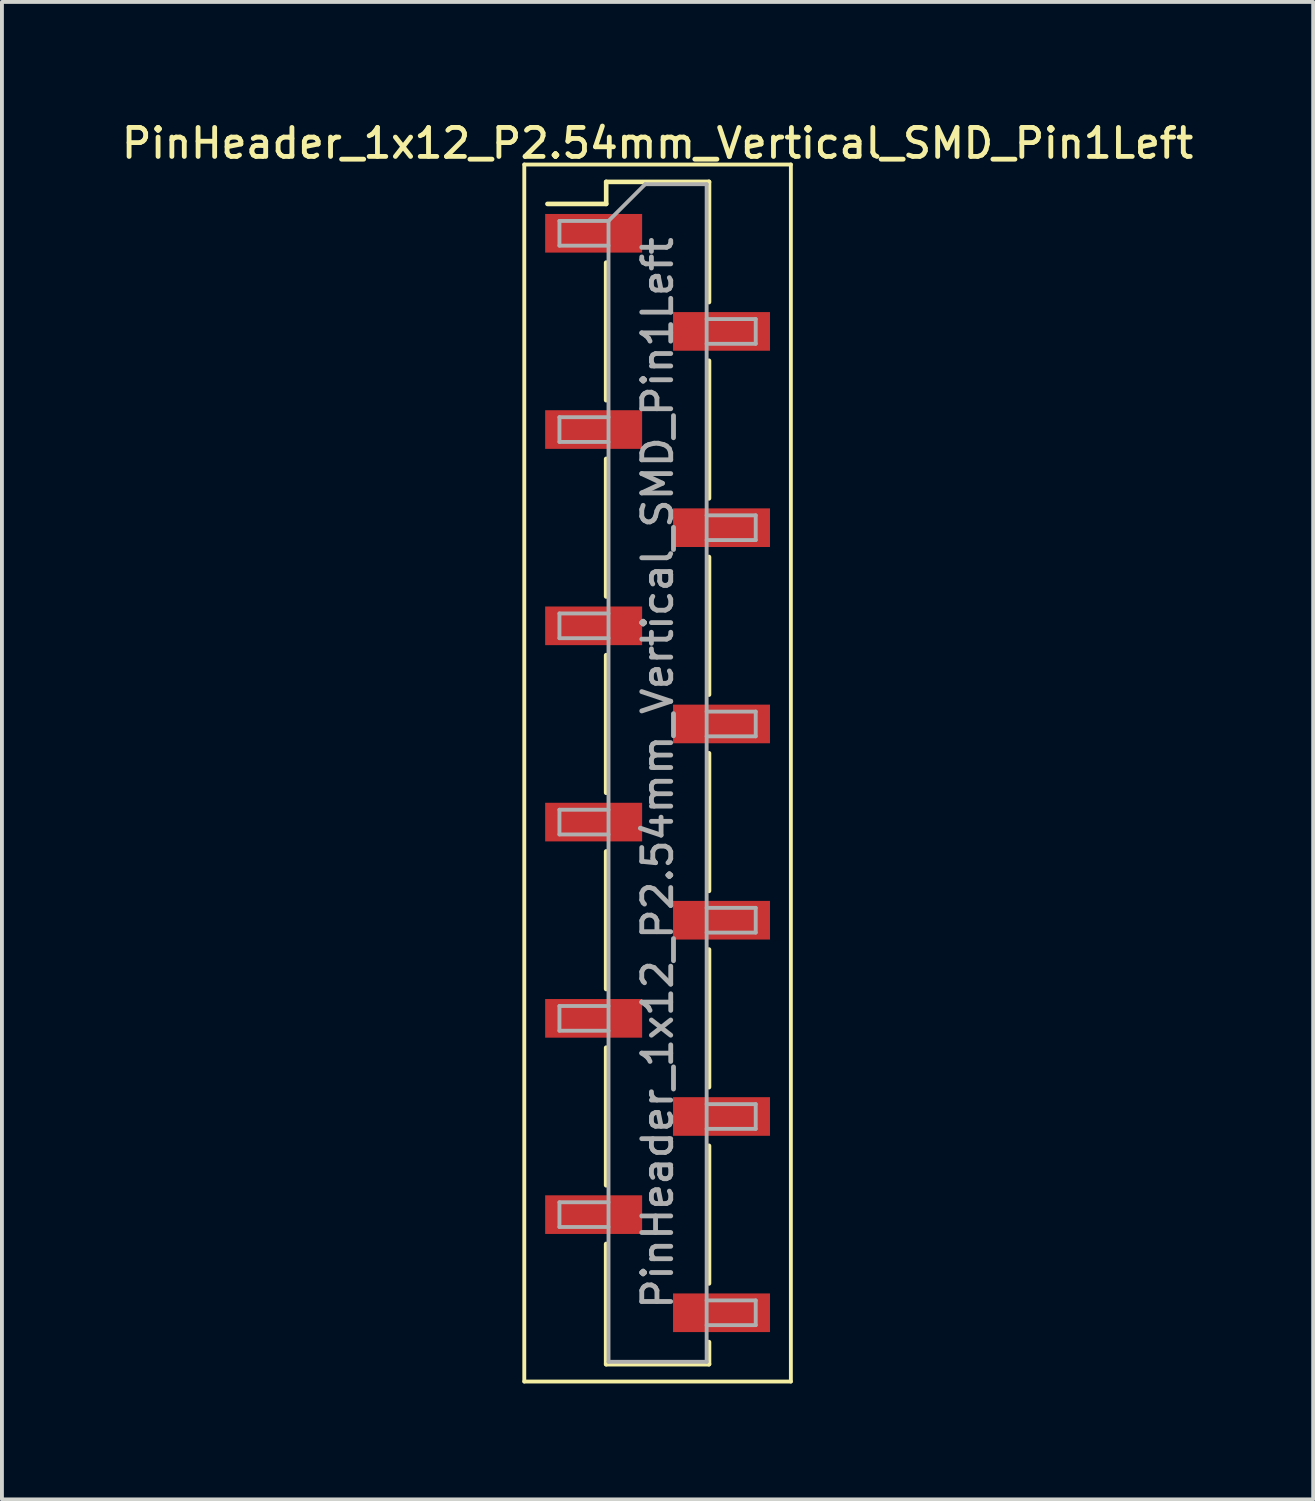
<source format=kicad_pcb>
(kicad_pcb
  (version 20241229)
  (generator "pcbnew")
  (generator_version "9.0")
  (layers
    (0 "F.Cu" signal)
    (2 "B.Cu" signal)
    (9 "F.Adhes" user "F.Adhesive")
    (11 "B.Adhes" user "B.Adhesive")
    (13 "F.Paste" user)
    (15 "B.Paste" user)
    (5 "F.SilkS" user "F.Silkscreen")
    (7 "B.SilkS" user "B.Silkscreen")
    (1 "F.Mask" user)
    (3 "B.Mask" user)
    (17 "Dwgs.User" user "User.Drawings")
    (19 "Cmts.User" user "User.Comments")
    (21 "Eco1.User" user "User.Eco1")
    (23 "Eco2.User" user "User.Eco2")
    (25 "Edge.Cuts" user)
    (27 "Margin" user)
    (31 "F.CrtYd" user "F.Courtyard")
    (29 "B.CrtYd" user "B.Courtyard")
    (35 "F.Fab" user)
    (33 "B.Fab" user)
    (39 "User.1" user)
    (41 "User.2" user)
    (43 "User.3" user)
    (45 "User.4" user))
  (footprint "PinHeader_1x12_P2.54mm_Vertical_SMD_Pin1Left"
    (layer "F.Cu")
    (at 13.97 16.958)
    (property "Reference" "PinHeader_1x12_P2.54mm_Vertical_SMD_Pin1Left" (at 0 -16.3 0) (layer "F.SilkS") (effects (font (size 0.75 0.75) (thickness 0.125))))
    (attr smd)
    (fp_line (start -3.45 -15.75) (end -3.45 15.75) (stroke (width 0.1) (type solid)) (layer "F.SilkS"))
    (fp_line (start -3.45 15.75) (end 3.45 15.75) (stroke (width 0.1) (type solid)) (layer "F.SilkS"))
    (fp_line (start -1.33 -15.3) (end -1.33 -14.73) (stroke (width 0.12) (type solid)) (layer "F.SilkS"))
    (fp_line (start -1.33 -15.3) (end 1.33 -15.3) (stroke (width 0.12) (type solid)) (layer "F.SilkS"))
    (fp_line (start -1.33 -14.73) (end -2.85 -14.73) (stroke (width 0.12) (type solid)) (layer "F.SilkS"))
    (fp_line (start -1.33 -13.21) (end -1.33 -9.65) (stroke (width 0.12) (type solid)) (layer "F.SilkS"))
    (fp_line (start -1.33 -8.13) (end -1.33 -4.57) (stroke (width 0.12) (type solid)) (layer "F.SilkS"))
    (fp_line (start -1.33 -3.05) (end -1.33 0.51) (stroke (width 0.12) (type solid)) (layer "F.SilkS"))
    (fp_line (start -1.33 2.03) (end -1.33 5.59) (stroke (width 0.12) (type solid)) (layer "F.SilkS"))
    (fp_line (start -1.33 7.11) (end -1.33 10.67) (stroke (width 0.12) (type solid)) (layer "F.SilkS"))
    (fp_line (start -1.33 12.19) (end -1.33 15.3) (stroke (width 0.12) (type solid)) (layer "F.SilkS"))
    (fp_line (start -1.33 15.3) (end 1.33 15.3) (stroke (width 0.12) (type solid)) (layer "F.SilkS"))
    (fp_line (start 1.33 -15.3) (end 1.33 -12.19) (stroke (width 0.12) (type solid)) (layer "F.SilkS"))
    (fp_line (start 1.33 -10.67) (end 1.33 -7.11) (stroke (width 0.12) (type solid)) (layer "F.SilkS"))
    (fp_line (start 1.33 -5.59) (end 1.33 -2.03) (stroke (width 0.12) (type solid)) (layer "F.SilkS"))
    (fp_line (start 1.33 -0.51) (end 1.33 3.05) (stroke (width 0.12) (type solid)) (layer "F.SilkS"))
    (fp_line (start 1.33 4.57) (end 1.33 8.13) (stroke (width 0.12) (type solid)) (layer "F.SilkS"))
    (fp_line (start 1.33 9.65) (end 1.33 13.21) (stroke (width 0.12) (type solid)) (layer "F.SilkS"))
    (fp_line (start 1.33 14.73) (end 1.33 15.3) (stroke (width 0.12) (type solid)) (layer "F.SilkS"))
    (fp_line (start 3.45 -15.75) (end -3.45 -15.75) (stroke (width 0.1) (type solid)) (layer "F.SilkS"))
    (fp_line (start 3.45 15.75) (end 3.45 -15.75) (stroke (width 0.1) (type solid)) (layer "F.SilkS"))
    (fp_line (start -2.54 -14.29) (end -2.54 -13.65) (stroke (width 0.1) (type solid)) (layer "F.Fab"))
    (fp_line (start -2.54 -13.65) (end -1.27 -13.65) (stroke (width 0.1) (type solid)) (layer "F.Fab"))
    (fp_line (start -2.54 -9.21) (end -2.54 -8.57) (stroke (width 0.1) (type solid)) (layer "F.Fab"))
    (fp_line (start -2.54 -8.57) (end -1.27 -8.57) (stroke (width 0.1) (type solid)) (layer "F.Fab"))
    (fp_line (start -2.54 -4.13) (end -2.54 -3.49) (stroke (width 0.1) (type solid)) (layer "F.Fab"))
    (fp_line (start -2.54 -3.49) (end -1.27 -3.49) (stroke (width 0.1) (type solid)) (layer "F.Fab"))
    (fp_line (start -2.54 0.95) (end -2.54 1.59) (stroke (width 0.1) (type solid)) (layer "F.Fab"))
    (fp_line (start -2.54 1.59) (end -1.27 1.59) (stroke (width 0.1) (type solid)) (layer "F.Fab"))
    (fp_line (start -2.54 6.03) (end -2.54 6.67) (stroke (width 0.1) (type solid)) (layer "F.Fab"))
    (fp_line (start -2.54 6.67) (end -1.27 6.67) (stroke (width 0.1) (type solid)) (layer "F.Fab"))
    (fp_line (start -2.54 11.11) (end -2.54 11.75) (stroke (width 0.1) (type solid)) (layer "F.Fab"))
    (fp_line (start -2.54 11.75) (end -1.27 11.75) (stroke (width 0.1) (type solid)) (layer "F.Fab"))
    (fp_line (start -1.27 -14.29) (end -2.54 -14.29) (stroke (width 0.1) (type solid)) (layer "F.Fab"))
    (fp_line (start -1.27 -14.29) (end -0.32 -15.24) (stroke (width 0.1) (type solid)) (layer "F.Fab"))
    (fp_line (start -1.27 -9.21) (end -2.54 -9.21) (stroke (width 0.1) (type solid)) (layer "F.Fab"))
    (fp_line (start -1.27 -4.13) (end -2.54 -4.13) (stroke (width 0.1) (type solid)) (layer "F.Fab"))
    (fp_line (start -1.27 0.95) (end -2.54 0.95) (stroke (width 0.1) (type solid)) (layer "F.Fab"))
    (fp_line (start -1.27 6.03) (end -2.54 6.03) (stroke (width 0.1) (type solid)) (layer "F.Fab"))
    (fp_line (start -1.27 11.11) (end -2.54 11.11) (stroke (width 0.1) (type solid)) (layer "F.Fab"))
    (fp_line (start -1.27 15.24) (end -1.27 -14.29) (stroke (width 0.1) (type solid)) (layer "F.Fab"))
    (fp_line (start -0.32 -15.24) (end 1.27 -15.24) (stroke (width 0.1) (type solid)) (layer "F.Fab"))
    (fp_line (start 1.27 -15.24) (end 1.27 15.24) (stroke (width 0.1) (type solid)) (layer "F.Fab"))
    (fp_line (start 1.27 -11.75) (end 2.54 -11.75) (stroke (width 0.1) (type solid)) (layer "F.Fab"))
    (fp_line (start 1.27 -6.67) (end 2.54 -6.67) (stroke (width 0.1) (type solid)) (layer "F.Fab"))
    (fp_line (start 1.27 -1.59) (end 2.54 -1.59) (stroke (width 0.1) (type solid)) (layer "F.Fab"))
    (fp_line (start 1.27 3.49) (end 2.54 3.49) (stroke (width 0.1) (type solid)) (layer "F.Fab"))
    (fp_line (start 1.27 8.57) (end 2.54 8.57) (stroke (width 0.1) (type solid)) (layer "F.Fab"))
    (fp_line (start 1.27 13.65) (end 2.54 13.65) (stroke (width 0.1) (type solid)) (layer "F.Fab"))
    (fp_line (start 1.27 15.24) (end -1.27 15.24) (stroke (width 0.1) (type solid)) (layer "F.Fab"))
    (fp_line (start 2.54 -11.75) (end 2.54 -11.11) (stroke (width 0.1) (type solid)) (layer "F.Fab"))
    (fp_line (start 2.54 -11.11) (end 1.27 -11.11) (stroke (width 0.1) (type solid)) (layer "F.Fab"))
    (fp_line (start 2.54 -6.67) (end 2.54 -6.03) (stroke (width 0.1) (type solid)) (layer "F.Fab"))
    (fp_line (start 2.54 -6.03) (end 1.27 -6.03) (stroke (width 0.1) (type solid)) (layer "F.Fab"))
    (fp_line (start 2.54 -1.59) (end 2.54 -0.95) (stroke (width 0.1) (type solid)) (layer "F.Fab"))
    (fp_line (start 2.54 -0.95) (end 1.27 -0.95) (stroke (width 0.1) (type solid)) (layer "F.Fab"))
    (fp_line (start 2.54 3.49) (end 2.54 4.13) (stroke (width 0.1) (type solid)) (layer "F.Fab"))
    (fp_line (start 2.54 4.13) (end 1.27 4.13) (stroke (width 0.1) (type solid)) (layer "F.Fab"))
    (fp_line (start 2.54 8.57) (end 2.54 9.21) (stroke (width 0.1) (type solid)) (layer "F.Fab"))
    (fp_line (start 2.54 9.21) (end 1.27 9.21) (stroke (width 0.1) (type solid)) (layer "F.Fab"))
    (fp_line (start 2.54 13.65) (end 2.54 14.29) (stroke (width 0.1) (type solid)) (layer "F.Fab"))
    (fp_line (start 2.54 14.29) (end 1.27 14.29) (stroke (width 0.1) (type solid)) (layer "F.Fab"))
    (fp_text user "${REFERENCE}" (at 0 0 90) (layer "F.Fab") (effects (font (size 0.75 0.75) (thickness 0.125))))
    (pad "1" smd rect (at -1.655 -13.97) (size 2.51 1) (layers "F.Cu" "F.Mask" "F.Paste"))
    (pad "2" smd rect (at 1.655 -11.43) (size 2.51 1) (layers "F.Cu" "F.Mask" "F.Paste"))
    (pad "3" smd rect (at -1.655 -8.89) (size 2.51 1) (layers "F.Cu" "F.Mask" "F.Paste"))
    (pad "4" smd rect (at 1.655 -6.35) (size 2.51 1) (layers "F.Cu" "F.Mask" "F.Paste"))
    (pad "5" smd rect (at -1.655 -3.81) (size 2.51 1) (layers "F.Cu" "F.Mask" "F.Paste"))
    (pad "6" smd rect (at 1.655 -1.27) (size 2.51 1) (layers "F.Cu" "F.Mask" "F.Paste"))
    (pad "7" smd rect (at -1.655 1.27) (size 2.51 1) (layers "F.Cu" "F.Mask" "F.Paste"))
    (pad "8" smd rect (at 1.655 3.81) (size 2.51 1) (layers "F.Cu" "F.Mask" "F.Paste"))
    (pad "9" smd rect (at -1.655 6.35) (size 2.51 1) (layers "F.Cu" "F.Mask" "F.Paste"))
    (pad "10" smd rect (at 1.655 8.89) (size 2.51 1) (layers "F.Cu" "F.Mask" "F.Paste"))
    (pad "11" smd rect (at -1.655 11.43) (size 2.51 1) (layers "F.Cu" "F.Mask" "F.Paste"))
    (pad "12" smd rect (at 1.655 13.97) (size 2.51 1) (layers "F.Cu" "F.Mask" "F.Paste")))
  (gr_rect
    (start -3 -3)
    (end 30.939 35.758)
    (stroke (width 0.1) (type default))
    (fill no)
    (layer "Edge.Cuts")))
</source>
